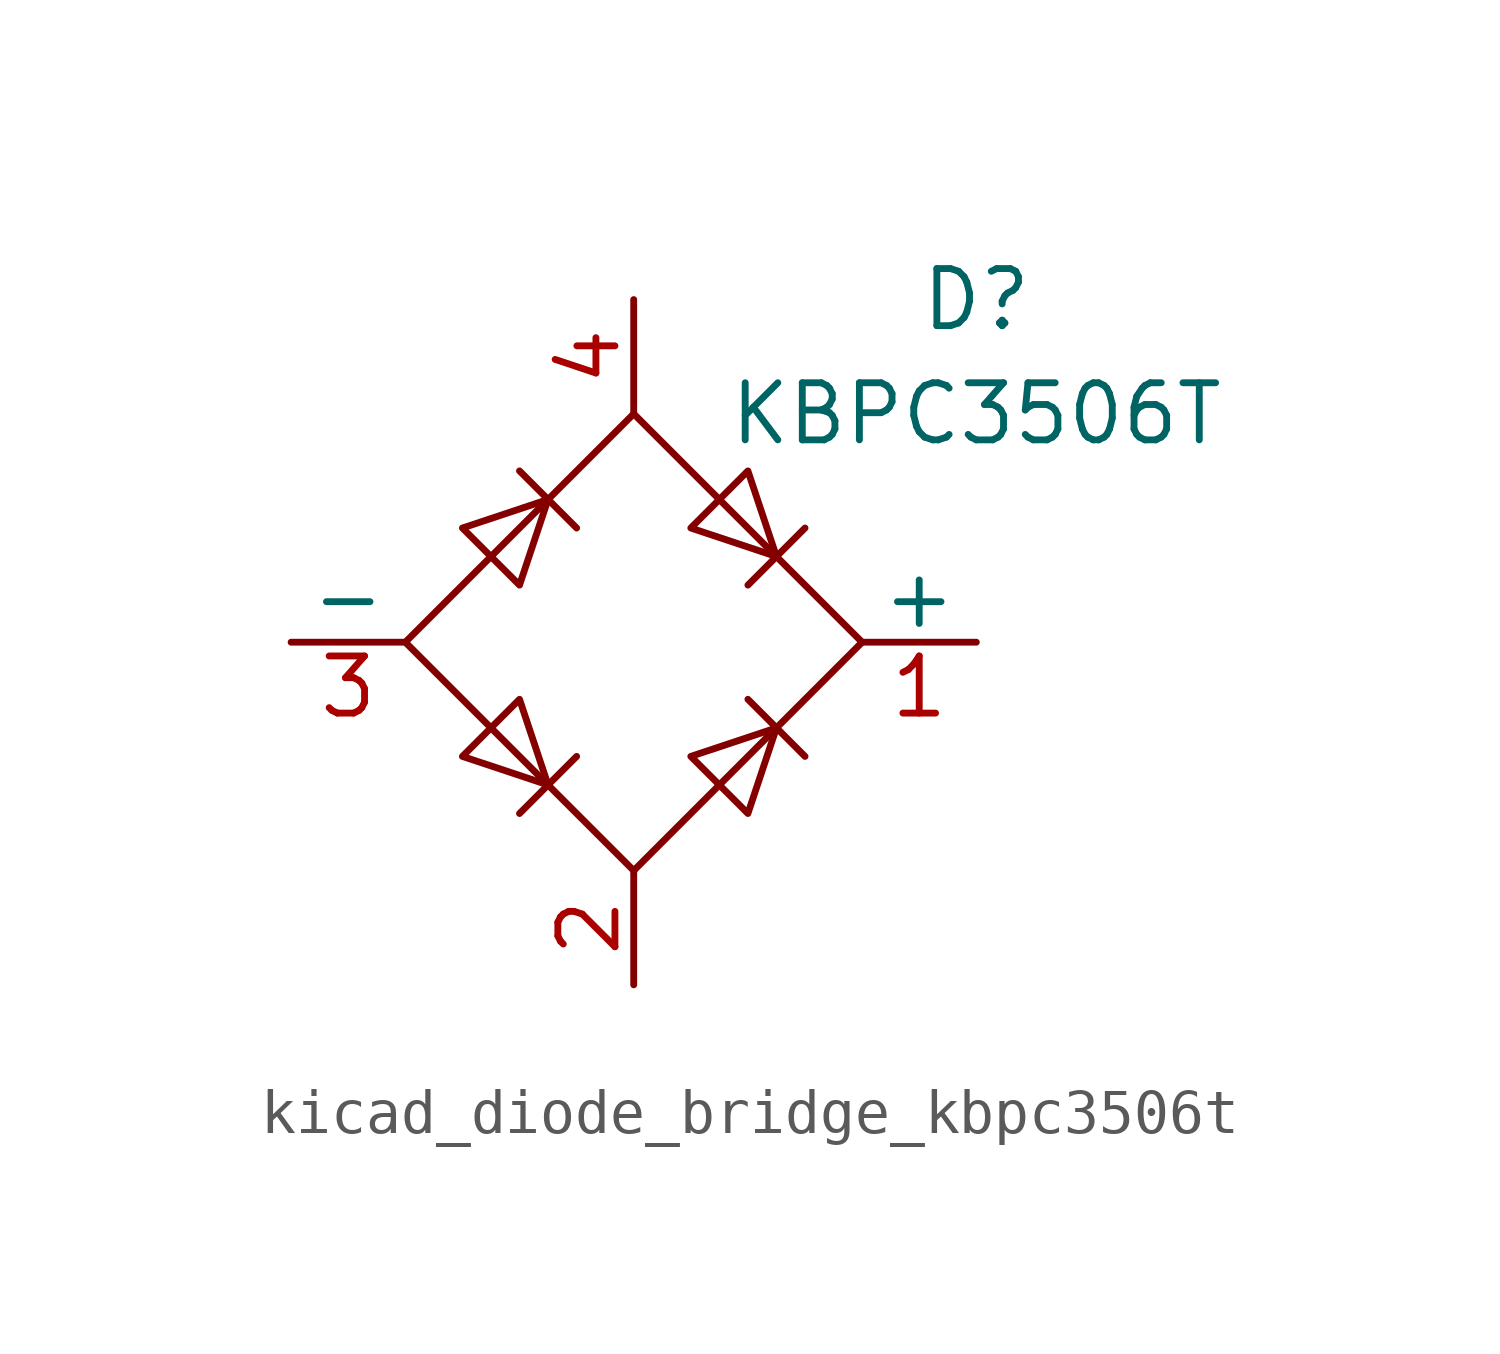
<source format=kicad_sym>
(kicad_symbol_lib
  (version 20220914)
  (generator kicad_symbol_editor)
  (symbol "kicad_diode_bridge_kbpc3506t"
    (pin_names
      (offset 0))
    (property "Reference" "D"
      (at 7.62 7.62 0)
      (effects (font (size 1.27 1.27))))
    (property "Value" "KBPC3506T"
      (at 7.62 5.08 0)
      (effects (font (size 1.27 1.27))))
    (symbol "kicad_diode_bridge_kbpc3506t_0_1"
      (polyline (pts (xy -2.54 3.81) (xy -1.27 2.54)) (stroke (width 0) (type default)) (fill (type none)))
      (polyline (pts (xy -1.27 -2.54) (xy -2.54 -3.81)) (stroke (width 0) (type default)) (fill (type none)))
      (polyline (pts (xy 2.54 -1.27) (xy 3.81 -2.54)) (stroke (width 0) (type default)) (fill (type none)))
      (polyline (pts (xy 2.54 1.27) (xy 3.81 2.54)) (stroke (width 0) (type default)) (fill (type none)))
      (polyline (pts (xy -3.81 2.54) (xy -2.54 1.27) (xy -1.905 3.175) (xy -3.81 2.54)) (stroke (width 0) (type default)) (fill (type none)))
      (polyline (pts (xy -2.54 -1.27) (xy -3.81 -2.54) (xy -1.905 -3.175) (xy -2.54 -1.27)) (stroke (width 0) (type default)) (fill (type none)))
      (polyline (pts (xy 1.27 2.54) (xy 2.54 3.81) (xy 3.175 1.905) (xy 1.27 2.54)) (stroke (width 0) (type default)) (fill (type none)))
      (polyline (pts (xy 3.175 -1.905) (xy 1.27 -2.54) (xy 2.54 -3.81) (xy 3.175 -1.905)) (stroke (width 0) (type default)) (fill (type none)))
      (polyline (pts (xy -5.08 0) (xy 0 -5.08) (xy 5.08 0) (xy 0 5.08) (xy -5.08 0)) (stroke (width 0) (type default)) (fill (type none))))
    (symbol "kicad_diode_bridge_kbpc3506t_1_1"
      (pin passive line (at 7.62 0 180) (length 2.54) (name "+" (effects (font (size 1.27 1.27)))) (number "1" (effects (font (size 1.27 1.27)))))
      (pin passive line (at 0 -7.62 90) (length 2.54) (name "~" (effects (font (size 1.27 1.27)))) (number "2" (effects (font (size 1.27 1.27)))))
      (pin passive line (at -7.62 0 0) (length 2.54) (name "-" (effects (font (size 1.27 1.27)))) (number "3" (effects (font (size 1.27 1.27)))))
      (pin passive line (at 0 7.62 270) (length 2.54) (name "~" (effects (font (size 1.27 1.27)))) (number "4" (effects (font (size 1.27 1.27))))))))
</source>
